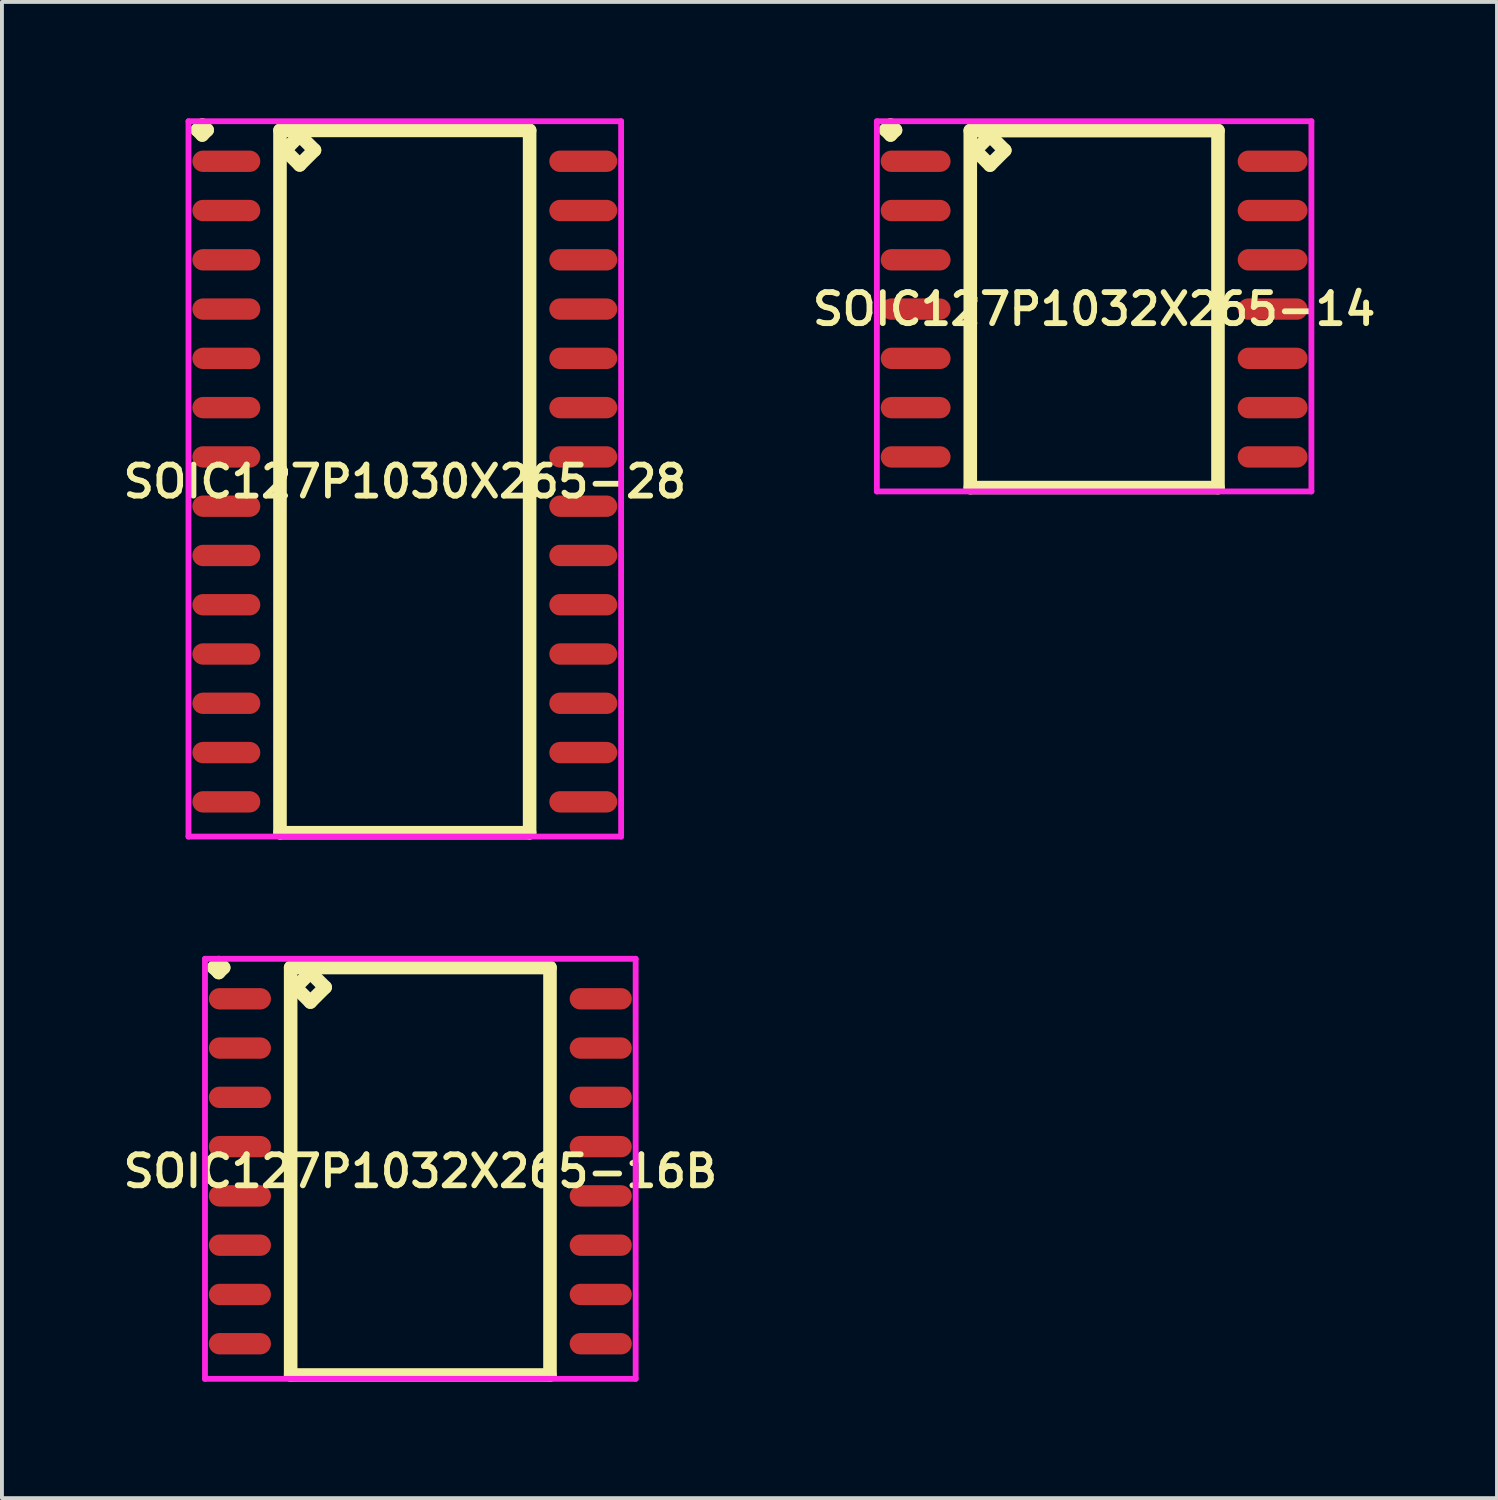
<source format=kicad_pcb>
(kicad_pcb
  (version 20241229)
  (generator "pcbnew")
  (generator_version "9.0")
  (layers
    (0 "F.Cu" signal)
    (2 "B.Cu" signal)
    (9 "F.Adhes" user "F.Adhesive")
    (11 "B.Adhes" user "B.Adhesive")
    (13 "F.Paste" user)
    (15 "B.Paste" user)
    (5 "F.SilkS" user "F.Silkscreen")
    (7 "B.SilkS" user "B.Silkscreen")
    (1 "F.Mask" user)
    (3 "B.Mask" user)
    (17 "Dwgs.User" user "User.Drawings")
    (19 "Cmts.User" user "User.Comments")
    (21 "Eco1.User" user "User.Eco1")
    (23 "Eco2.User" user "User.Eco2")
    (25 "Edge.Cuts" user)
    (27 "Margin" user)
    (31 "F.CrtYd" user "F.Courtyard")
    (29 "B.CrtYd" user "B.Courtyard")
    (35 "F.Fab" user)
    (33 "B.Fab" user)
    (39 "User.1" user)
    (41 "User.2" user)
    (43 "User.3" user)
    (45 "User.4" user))
  (footprint "SOIC127P1032X265-16B"
    (layer "F.Cu")
    (at 7.783 27.137)
    (property "Reference" "SOIC127P1032X265-16B" (at 0 0 0) (layer "F.SilkS") (effects (font (size 0.8 0.8) (thickness 0.15))))
    (attr smd)
    (fp_line (start -5.323 -5.249) (end -5.196 -5.376) (stroke (width 0.35) (type solid)) (layer "F.SilkS"))
    (fp_line (start -5.196 -5.376) (end -5.069 -5.249) (stroke (width 0.35) (type solid)) (layer "F.SilkS"))
    (fp_line (start -5.196 -5.122) (end -5.323 -5.249) (stroke (width 0.35) (type solid)) (layer "F.SilkS"))
    (fp_line (start -5.069 -5.249) (end -5.196 -5.122) (stroke (width 0.35) (type solid)) (layer "F.SilkS"))
    (fp_line (start -3.342 -5.25) (end -3.342 5.25) (stroke (width 0.35) (type solid)) (layer "F.SilkS"))
    (fp_line (start -3.342 5.25) (end 3.342 5.25) (stroke (width 0.35) (type solid)) (layer "F.SilkS"))
    (fp_line (start -3.215 -4.742) (end -2.834 -5.123) (stroke (width 0.35) (type solid)) (layer "F.SilkS"))
    (fp_line (start -2.834 -5.123) (end -2.453 -4.742) (stroke (width 0.35) (type solid)) (layer "F.SilkS"))
    (fp_line (start -2.834 -4.361) (end -3.215 -4.742) (stroke (width 0.35) (type solid)) (layer "F.SilkS"))
    (fp_line (start -2.453 -4.742) (end -2.834 -4.361) (stroke (width 0.35) (type solid)) (layer "F.SilkS"))
    (fp_line (start 3.342 -5.25) (end -3.342 -5.25) (stroke (width 0.35) (type solid)) (layer "F.SilkS"))
    (fp_line (start 3.342 5.25) (end 3.342 -5.25) (stroke (width 0.35) (type solid)) (layer "F.SilkS"))
    (fp_line (start -5.55 -5.476) (end 5.55 -5.476) (stroke (width 0.15) (type solid)) (layer "F.CrtYd"))
    (fp_line (start -5.55 5.35) (end -5.55 -5.476) (stroke (width 0.15) (type solid)) (layer "F.CrtYd"))
    (fp_line (start 5.55 -5.476) (end 5.55 5.35) (stroke (width 0.15) (type solid)) (layer "F.CrtYd"))
    (fp_line (start 5.55 5.35) (end -5.55 5.35) (stroke (width 0.15) (type solid)) (layer "F.CrtYd"))
    (pad "1" smd oval (at -4.65 -4.445) (size 1.6 0.55) (layers "F.Cu" "F.Mask" "F.Paste"))
    (pad "2" smd oval (at -4.65 -3.175) (size 1.6 0.55) (layers "F.Cu" "F.Mask" "F.Paste"))
    (pad "3" smd oval (at -4.65 -1.905) (size 1.6 0.55) (layers "F.Cu" "F.Mask" "F.Paste"))
    (pad "4" smd oval (at -4.65 -0.635) (size 1.6 0.55) (layers "F.Cu" "F.Mask" "F.Paste"))
    (pad "5" smd oval (at -4.65 0.635) (size 1.6 0.55) (layers "F.Cu" "F.Mask" "F.Paste"))
    (pad "6" smd oval (at -4.65 1.905) (size 1.6 0.55) (layers "F.Cu" "F.Mask" "F.Paste"))
    (pad "7" smd oval (at -4.65 3.175) (size 1.6 0.55) (layers "F.Cu" "F.Mask" "F.Paste"))
    (pad "8" smd oval (at -4.65 4.445) (size 1.6 0.55) (layers "F.Cu" "F.Mask" "F.Paste"))
    (pad "9" smd oval (at 4.65 4.445) (size 1.6 0.55) (layers "F.Cu" "F.Mask" "F.Paste"))
    (pad "10" smd oval (at 4.65 3.175) (size 1.6 0.55) (layers "F.Cu" "F.Mask" "F.Paste"))
    (pad "11" smd oval (at 4.65 1.905) (size 1.6 0.55) (layers "F.Cu" "F.Mask" "F.Paste"))
    (pad "12" smd oval (at 4.65 0.635) (size 1.6 0.55) (layers "F.Cu" "F.Mask" "F.Paste"))
    (pad "13" smd oval (at 4.65 -0.635) (size 1.6 0.55) (layers "F.Cu" "F.Mask" "F.Paste"))
    (pad "14" smd oval (at 4.65 -1.905) (size 1.6 0.55) (layers "F.Cu" "F.Mask" "F.Paste"))
    (pad "15" smd oval (at 4.65 -3.175) (size 1.6 0.55) (layers "F.Cu" "F.Mask" "F.Paste"))
    (pad "16" smd oval (at 4.65 -4.445) (size 1.6 0.55) (layers "F.Cu" "F.Mask" "F.Paste")))
  (footprint "SOIC127P1030X265-28"
    (layer "F.Cu")
    (at 7.383 9.361)
    (property "Reference" "SOIC127P1030X265-28" (at 0 0 0) (layer "F.SilkS") (effects (font (size 0.8 0.8) (thickness 0.15))))
    (attr through_hole)
    (fp_line (start -5.348 -9.059) (end -5.221 -9.186) (stroke (width 0.35) (type solid)) (layer "F.SilkS"))
    (fp_line (start -5.221 -9.186) (end -5.094 -9.059) (stroke (width 0.35) (type solid)) (layer "F.SilkS"))
    (fp_line (start -5.221 -8.932) (end -5.348 -9.059) (stroke (width 0.35) (type solid)) (layer "F.SilkS"))
    (fp_line (start -5.094 -9.059) (end -5.221 -8.932) (stroke (width 0.35) (type solid)) (layer "F.SilkS"))
    (fp_line (start -3.217 -9.05) (end -3.217 9.05) (stroke (width 0.35) (type solid)) (layer "F.SilkS"))
    (fp_line (start -3.217 9.05) (end 3.217 9.05) (stroke (width 0.35) (type solid)) (layer "F.SilkS"))
    (fp_line (start -3.09 -8.542) (end -2.709 -8.923) (stroke (width 0.35) (type solid)) (layer "F.SilkS"))
    (fp_line (start -2.709 -8.923) (end -2.328 -8.542) (stroke (width 0.35) (type solid)) (layer "F.SilkS"))
    (fp_line (start -2.709 -8.161) (end -3.09 -8.542) (stroke (width 0.35) (type solid)) (layer "F.SilkS"))
    (fp_line (start -2.328 -8.542) (end -2.709 -8.161) (stroke (width 0.35) (type solid)) (layer "F.SilkS"))
    (fp_line (start 3.217 -9.05) (end -3.217 -9.05) (stroke (width 0.35) (type solid)) (layer "F.SilkS"))
    (fp_line (start 3.217 9.05) (end 3.217 -9.05) (stroke (width 0.35) (type solid)) (layer "F.SilkS"))
    (fp_line (start -5.575 -9.286) (end 5.575 -9.286) (stroke (width 0.15) (type solid)) (layer "F.CrtYd"))
    (fp_line (start -5.575 9.15) (end -5.575 -9.286) (stroke (width 0.15) (type solid)) (layer "F.CrtYd"))
    (fp_line (start 5.575 -9.286) (end 5.575 9.15) (stroke (width 0.15) (type solid)) (layer "F.CrtYd"))
    (fp_line (start 5.575 9.15) (end -5.575 9.15) (stroke (width 0.15) (type solid)) (layer "F.CrtYd"))
    (pad "1" smd oval (at -4.6 -8.255) (size 1.75 0.55) (layers "F.Cu" "F.Mask" "F.Paste"))
    (pad "2" smd oval (at -4.6 -6.985) (size 1.75 0.55) (layers "F.Cu" "F.Mask" "F.Paste"))
    (pad "3" smd oval (at -4.6 -5.715) (size 1.75 0.55) (layers "F.Cu" "F.Mask" "F.Paste"))
    (pad "4" smd oval (at -4.6 -4.445) (size 1.75 0.55) (layers "F.Cu" "F.Mask" "F.Paste"))
    (pad "5" smd oval (at -4.6 -3.175) (size 1.75 0.55) (layers "F.Cu" "F.Mask" "F.Paste"))
    (pad "6" smd oval (at -4.6 -1.905) (size 1.75 0.55) (layers "F.Cu" "F.Mask" "F.Paste"))
    (pad "7" smd oval (at -4.6 -0.635) (size 1.75 0.55) (layers "F.Cu" "F.Mask" "F.Paste"))
    (pad "8" smd oval (at -4.6 0.635) (size 1.75 0.55) (layers "F.Cu" "F.Mask" "F.Paste"))
    (pad "9" smd oval (at -4.6 1.905) (size 1.75 0.55) (layers "F.Cu" "F.Mask" "F.Paste"))
    (pad "10" smd oval (at -4.6 3.175) (size 1.75 0.55) (layers "F.Cu" "F.Mask" "F.Paste"))
    (pad "11" smd oval (at -4.6 4.445) (size 1.75 0.55) (layers "F.Cu" "F.Mask" "F.Paste"))
    (pad "12" smd oval (at -4.6 5.715) (size 1.75 0.55) (layers "F.Cu" "F.Mask" "F.Paste"))
    (pad "13" smd oval (at -4.6 6.985) (size 1.75 0.55) (layers "F.Cu" "F.Mask" "F.Paste"))
    (pad "14" smd oval (at -4.6 8.255) (size 1.75 0.55) (layers "F.Cu" "F.Mask" "F.Paste"))
    (pad "15" smd oval (at 4.6 8.255) (size 1.75 0.55) (layers "F.Cu" "F.Mask" "F.Paste"))
    (pad "16" smd oval (at 4.6 6.985) (size 1.75 0.55) (layers "F.Cu" "F.Mask" "F.Paste"))
    (pad "17" smd oval (at 4.6 5.715) (size 1.75 0.55) (layers "F.Cu" "F.Mask" "F.Paste"))
    (pad "18" smd oval (at 4.6 4.445) (size 1.75 0.55) (layers "F.Cu" "F.Mask" "F.Paste"))
    (pad "19" smd oval (at 4.6 3.175) (size 1.75 0.55) (layers "F.Cu" "F.Mask" "F.Paste"))
    (pad "20" smd oval (at 4.6 1.905) (size 1.75 0.55) (layers "F.Cu" "F.Mask" "F.Paste"))
    (pad "21" smd oval (at 4.6 0.635) (size 1.75 0.55) (layers "F.Cu" "F.Mask" "F.Paste"))
    (pad "22" smd oval (at 4.6 -0.635) (size 1.75 0.55) (layers "F.Cu" "F.Mask" "F.Paste"))
    (pad "23" smd oval (at 4.6 -1.905) (size 1.75 0.55) (layers "F.Cu" "F.Mask" "F.Paste"))
    (pad "24" smd oval (at 4.6 -3.175) (size 1.75 0.55) (layers "F.Cu" "F.Mask" "F.Paste"))
    (pad "25" smd oval (at 4.6 -4.445) (size 1.75 0.55) (layers "F.Cu" "F.Mask" "F.Paste"))
    (pad "26" smd oval (at 4.6 -5.715) (size 1.75 0.55) (layers "F.Cu" "F.Mask" "F.Paste"))
    (pad "27" smd oval (at 4.6 -6.985) (size 1.75 0.55) (layers "F.Cu" "F.Mask" "F.Paste"))
    (pad "28" smd oval (at 4.6 -8.255) (size 1.75 0.55) (layers "F.Cu" "F.Mask" "F.Paste")))
  (footprint "SOIC127P1032X265-14"
    (layer "F.Cu")
    (at 25.149 4.916)
    (property "Reference" "SOIC127P1032X265-14" (at 0 0 0) (layer "F.SilkS") (effects (font (size 0.8 0.8) (thickness 0.15))))
    (attr smd)
    (fp_line (start -5.373 -4.614) (end -5.246 -4.741) (stroke (width 0.35) (type solid)) (layer "F.SilkS"))
    (fp_line (start -5.246 -4.741) (end -5.119 -4.614) (stroke (width 0.35) (type solid)) (layer "F.SilkS"))
    (fp_line (start -5.246 -4.487) (end -5.373 -4.614) (stroke (width 0.35) (type solid)) (layer "F.SilkS"))
    (fp_line (start -5.119 -4.614) (end -5.246 -4.487) (stroke (width 0.35) (type solid)) (layer "F.SilkS"))
    (fp_line (start -3.192 -4.6) (end -3.192 4.6) (stroke (width 0.35) (type solid)) (layer "F.SilkS"))
    (fp_line (start -3.192 4.6) (end 3.192 4.6) (stroke (width 0.35) (type solid)) (layer "F.SilkS"))
    (fp_line (start -3.065 -4.092) (end -2.684 -4.473) (stroke (width 0.35) (type solid)) (layer "F.SilkS"))
    (fp_line (start -2.684 -4.473) (end -2.303 -4.092) (stroke (width 0.35) (type solid)) (layer "F.SilkS"))
    (fp_line (start -2.684 -3.711) (end -3.065 -4.092) (stroke (width 0.35) (type solid)) (layer "F.SilkS"))
    (fp_line (start -2.303 -4.092) (end -2.684 -3.711) (stroke (width 0.35) (type solid)) (layer "F.SilkS"))
    (fp_line (start 3.192 -4.6) (end -3.192 -4.6) (stroke (width 0.35) (type solid)) (layer "F.SilkS"))
    (fp_line (start 3.192 4.6) (end 3.192 -4.6) (stroke (width 0.35) (type solid)) (layer "F.SilkS"))
    (fp_line (start -5.6 -4.841) (end 5.6 -4.841) (stroke (width 0.15) (type solid)) (layer "F.CrtYd"))
    (fp_line (start -5.6 4.7) (end -5.6 -4.841) (stroke (width 0.15) (type solid)) (layer "F.CrtYd"))
    (fp_line (start 5.6 -4.841) (end 5.6 4.7) (stroke (width 0.15) (type solid)) (layer "F.CrtYd"))
    (fp_line (start 5.6 4.7) (end -5.6 4.7) (stroke (width 0.15) (type solid)) (layer "F.CrtYd"))
    (pad "1" smd oval (at -4.6 -3.81) (size 1.8 0.55) (layers "F.Cu" "F.Mask" "F.Paste"))
    (pad "2" smd oval (at -4.6 -2.54) (size 1.8 0.55) (layers "F.Cu" "F.Mask" "F.Paste"))
    (pad "3" smd oval (at -4.6 -1.27) (size 1.8 0.55) (layers "F.Cu" "F.Mask" "F.Paste"))
    (pad "4" smd oval (at -4.6 0) (size 1.8 0.55) (layers "F.Cu" "F.Mask" "F.Paste"))
    (pad "5" smd oval (at -4.6 1.27) (size 1.8 0.55) (layers "F.Cu" "F.Mask" "F.Paste"))
    (pad "6" smd oval (at -4.6 2.54) (size 1.8 0.55) (layers "F.Cu" "F.Mask" "F.Paste"))
    (pad "7" smd oval (at -4.6 3.81) (size 1.8 0.55) (layers "F.Cu" "F.Mask" "F.Paste"))
    (pad "8" smd oval (at 4.6 3.81) (size 1.8 0.55) (layers "F.Cu" "F.Mask" "F.Paste"))
    (pad "9" smd oval (at 4.6 2.54) (size 1.8 0.55) (layers "F.Cu" "F.Mask" "F.Paste"))
    (pad "10" smd oval (at 4.6 1.27) (size 1.8 0.55) (layers "F.Cu" "F.Mask" "F.Paste"))
    (pad "11" smd oval (at 4.6 0) (size 1.8 0.55) (layers "F.Cu" "F.Mask" "F.Paste"))
    (pad "12" smd oval (at 4.6 -1.27) (size 1.8 0.55) (layers "F.Cu" "F.Mask" "F.Paste"))
    (pad "13" smd oval (at 4.6 -2.54) (size 1.8 0.55) (layers "F.Cu" "F.Mask" "F.Paste"))
    (pad "14" smd oval (at 4.6 -3.81) (size 1.8 0.55) (layers "F.Cu" "F.Mask" "F.Paste")))
  (gr_rect
    (start -3 -3)
    (end 35.532 35.562)
    (stroke (width 0.1) (type default))
    (fill no)
    (layer "Edge.Cuts")))
</source>
